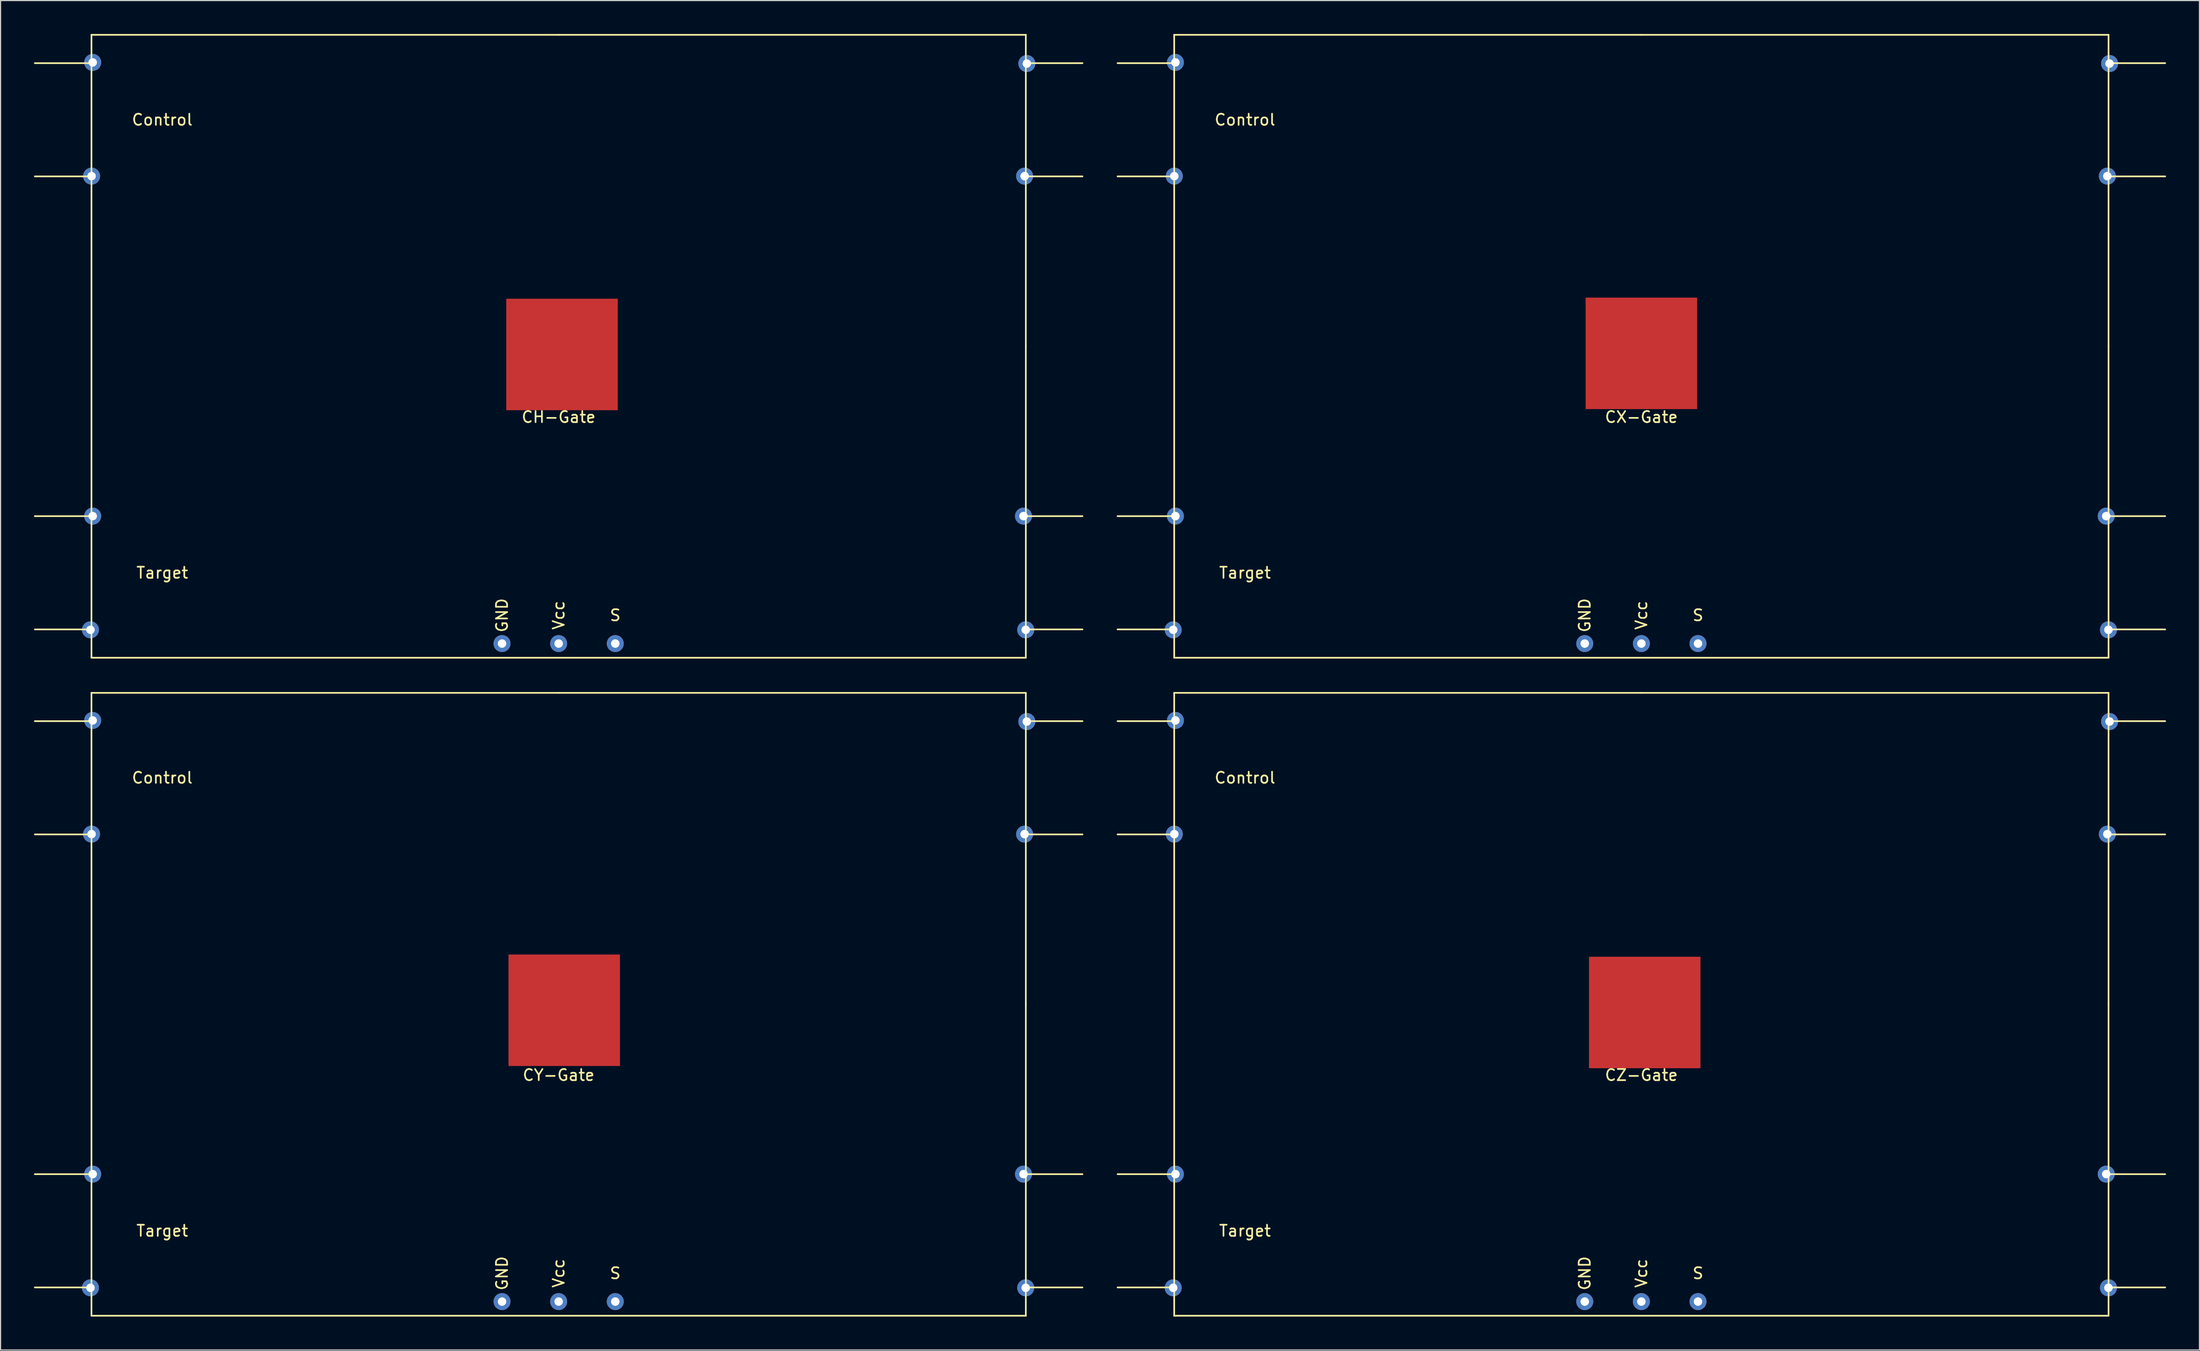
<source format=kicad_pcb>
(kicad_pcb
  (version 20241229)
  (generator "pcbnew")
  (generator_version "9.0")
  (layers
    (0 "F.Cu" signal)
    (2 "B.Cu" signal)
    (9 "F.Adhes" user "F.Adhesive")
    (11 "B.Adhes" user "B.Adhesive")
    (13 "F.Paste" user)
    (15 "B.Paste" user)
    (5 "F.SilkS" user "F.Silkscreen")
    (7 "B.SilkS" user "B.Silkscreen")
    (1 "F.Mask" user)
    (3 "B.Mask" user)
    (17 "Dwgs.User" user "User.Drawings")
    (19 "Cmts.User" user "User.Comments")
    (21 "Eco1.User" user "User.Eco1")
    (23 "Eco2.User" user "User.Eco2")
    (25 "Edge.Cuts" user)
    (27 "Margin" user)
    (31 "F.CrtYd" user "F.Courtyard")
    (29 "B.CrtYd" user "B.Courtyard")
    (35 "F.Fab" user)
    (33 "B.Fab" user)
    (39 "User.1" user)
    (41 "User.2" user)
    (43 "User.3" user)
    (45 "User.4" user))
  (footprint "CH-Gate"
    (layer "F.Cu")
    (at 47.065 28.65)
    (property "Reference" "CH-Gate" (at 0 5.715 0) (layer "F.SilkS") (effects (font (size 1 1) (thickness 0.15))))
    (attr through_hole)
    (fp_line (start -46.99 -15.875) (end -41.91 -15.875) (stroke (width 0.15) (type solid)) (layer "F.SilkS"))
    (fp_line (start -41.91 -28.575) (end 0 -28.575) (stroke (width 0.15) (type solid)) (layer "F.SilkS"))
    (fp_line (start -41.91 -26.035) (end -46.99 -26.035) (stroke (width 0.15) (type solid)) (layer "F.SilkS"))
    (fp_line (start -41.91 14.605) (end -46.99 14.605) (stroke (width 0.15) (type solid)) (layer "F.SilkS"))
    (fp_line (start -41.91 24.765) (end -46.99 24.765) (stroke (width 0.15) (type solid)) (layer "F.SilkS"))
    (fp_line (start -41.91 27.305) (end -41.91 -28.575) (stroke (width 0.15) (type solid)) (layer "F.SilkS"))
    (fp_line (start 0 -28.575) (end 41.91 -28.575) (stroke (width 0.15) (type solid)) (layer "F.SilkS"))
    (fp_line (start 41.91 -28.575) (end 41.91 -0.635) (stroke (width 0.15) (type solid)) (layer "F.SilkS"))
    (fp_line (start 41.91 -26.035) (end 46.99 -26.035) (stroke (width 0.15) (type solid)) (layer "F.SilkS"))
    (fp_line (start 41.91 -15.875) (end 46.99 -15.875) (stroke (width 0.15) (type solid)) (layer "F.SilkS"))
    (fp_line (start 41.91 -0.635) (end 41.91 27.305) (stroke (width 0.15) (type solid)) (layer "F.SilkS"))
    (fp_line (start 41.91 14.605) (end 46.99 14.605) (stroke (width 0.15) (type solid)) (layer "F.SilkS"))
    (fp_line (start 41.91 24.765) (end 46.99 24.765) (stroke (width 0.15) (type solid)) (layer "F.SilkS"))
    (fp_line (start 41.91 27.305) (end -41.91 27.305) (stroke (width 0.15) (type solid)) (layer "F.SilkS"))
    (fp_text user "GND" (at -5.08 23.495 90) (layer "F.SilkS") (effects (font (size 1 1) (thickness 0.15))))
    (fp_text user "Control" (at -35.56 -20.955 0) (layer "F.SilkS") (effects (font (size 1 1) (thickness 0.15))))
    (fp_text user "Vcc" (at 0 23.495 90) (layer "F.SilkS") (effects (font (size 1 1) (thickness 0.15))))
    (fp_text user "Target" (at -35.56 19.685 0) (layer "F.SilkS") (effects (font (size 1 1) (thickness 0.15))))
    (fp_text user "S" (at 5.08 23.495 0) (layer "F.SilkS") (effects (font (size 1 1) (thickness 0.15))))
    (pad "1" thru_hole circle (at -41.8 -26.1) (size 1.524 1.524) (drill 0.762) (layers "*.Cu" "*.Mask"))
    (pad "2" thru_hole circle (at -41.9 -15.9) (size 1.524 1.524) (drill 0.762) (layers "*.Cu" "*.Mask"))
    (pad "3" thru_hole circle (at -41.8 14.6) (size 1.524 1.524) (drill 0.762) (layers "*.Cu" "*.Mask"))
    (pad "4" thru_hole circle (at -42 24.8) (size 1.524 1.524) (drill 0.762) (layers "*.Cu" "*.Mask"))
    (pad "5" thru_hole circle (at 42 -26) (size 1.524 1.524) (drill 0.762) (layers "*.Cu" "*.Mask"))
    (pad "6" thru_hole circle (at 41.8 -15.9) (size 1.524 1.524) (drill 0.762) (layers "*.Cu" "*.Mask"))
    (pad "7" thru_hole circle (at 41.7 14.6) (size 1.524 1.524) (drill 0.762) (layers "*.Cu" "*.Mask"))
    (pad "8" thru_hole circle (at 41.9 24.8) (size 1.524 1.524) (drill 0.762) (layers "*.Cu" "*.Mask"))
    (pad "9" thru_hole circle (at -5.08 26.035) (size 1.524 1.524) (drill 0.762) (layers "*.Cu" "*.Mask"))
    (pad "10" thru_hole circle (at 0 26.035) (size 1.524 1.524) (drill 0.762) (layers "*.Cu" "*.Mask"))
    (pad "11" thru_hole circle (at 5.08 26.035) (size 1.524 1.524) (drill 0.762) (layers "*.Cu" "*.Mask"))
    (pad "NC" connect rect (at 0.3 0.1) (size 10 10) (layers "F.Cu" "F.Mask")))
  (footprint "CY-Gate"
    (layer "F.Cu")
    (at 47.065 87.68)
    (property "Reference" "CY-Gate" (at 0 5.715 0) (layer "F.SilkS") (effects (font (size 1 1) (thickness 0.15))))
    (attr through_hole)
    (fp_line (start -46.99 -15.875) (end -41.91 -15.875) (stroke (width 0.15) (type solid)) (layer "F.SilkS"))
    (fp_line (start -41.91 -28.575) (end 0 -28.575) (stroke (width 0.15) (type solid)) (layer "F.SilkS"))
    (fp_line (start -41.91 -26.035) (end -46.99 -26.035) (stroke (width 0.15) (type solid)) (layer "F.SilkS"))
    (fp_line (start -41.91 14.605) (end -46.99 14.605) (stroke (width 0.15) (type solid)) (layer "F.SilkS"))
    (fp_line (start -41.91 24.765) (end -46.99 24.765) (stroke (width 0.15) (type solid)) (layer "F.SilkS"))
    (fp_line (start -41.91 27.305) (end -41.91 -28.575) (stroke (width 0.15) (type solid)) (layer "F.SilkS"))
    (fp_line (start 0 -28.575) (end 41.91 -28.575) (stroke (width 0.15) (type solid)) (layer "F.SilkS"))
    (fp_line (start 41.91 -28.575) (end 41.91 -0.635) (stroke (width 0.15) (type solid)) (layer "F.SilkS"))
    (fp_line (start 41.91 -26.035) (end 46.99 -26.035) (stroke (width 0.15) (type solid)) (layer "F.SilkS"))
    (fp_line (start 41.91 -15.875) (end 46.99 -15.875) (stroke (width 0.15) (type solid)) (layer "F.SilkS"))
    (fp_line (start 41.91 -0.635) (end 41.91 27.305) (stroke (width 0.15) (type solid)) (layer "F.SilkS"))
    (fp_line (start 41.91 14.605) (end 46.99 14.605) (stroke (width 0.15) (type solid)) (layer "F.SilkS"))
    (fp_line (start 41.91 24.765) (end 46.99 24.765) (stroke (width 0.15) (type solid)) (layer "F.SilkS"))
    (fp_line (start 41.91 27.305) (end -41.91 27.305) (stroke (width 0.15) (type solid)) (layer "F.SilkS"))
    (fp_text user "Vcc" (at 0 23.495 90) (layer "F.SilkS") (effects (font (size 1 1) (thickness 0.15))))
    (fp_text user "Control" (at -35.56 -20.955 0) (layer "F.SilkS") (effects (font (size 1 1) (thickness 0.15))))
    (fp_text user "S" (at 5.08 23.495 0) (layer "F.SilkS") (effects (font (size 1 1) (thickness 0.15))))
    (fp_text user "Target" (at -35.56 19.685 0) (layer "F.SilkS") (effects (font (size 1 1) (thickness 0.15))))
    (fp_text user "GND" (at -5.08 23.495 90) (layer "F.SilkS") (effects (font (size 1 1) (thickness 0.15))))
    (pad "1" thru_hole circle (at -41.8 -26.1) (size 1.524 1.524) (drill 0.762) (layers "*.Cu" "*.Mask"))
    (pad "2" thru_hole circle (at -41.9 -15.9) (size 1.524 1.524) (drill 0.762) (layers "*.Cu" "*.Mask"))
    (pad "3" thru_hole circle (at -41.8 14.6) (size 1.524 1.524) (drill 0.762) (layers "*.Cu" "*.Mask"))
    (pad "4" thru_hole circle (at -42 24.8) (size 1.524 1.524) (drill 0.762) (layers "*.Cu" "*.Mask"))
    (pad "5" thru_hole circle (at 42 -26) (size 1.524 1.524) (drill 0.762) (layers "*.Cu" "*.Mask"))
    (pad "6" thru_hole circle (at 41.8 -15.9) (size 1.524 1.524) (drill 0.762) (layers "*.Cu" "*.Mask"))
    (pad "7" thru_hole circle (at 41.7 14.6) (size 1.524 1.524) (drill 0.762) (layers "*.Cu" "*.Mask"))
    (pad "8" thru_hole circle (at 41.9 24.8) (size 1.524 1.524) (drill 0.762) (layers "*.Cu" "*.Mask"))
    (pad "9" thru_hole circle (at -5.08 26.035) (size 1.524 1.524) (drill 0.762) (layers "*.Cu" "*.Mask"))
    (pad "10" thru_hole circle (at 0 26.035) (size 1.524 1.524) (drill 0.762) (layers "*.Cu" "*.Mask"))
    (pad "11" thru_hole circle (at 5.08 26.035) (size 1.524 1.524) (drill 0.762) (layers "*.Cu" "*.Mask"))
    (pad "NC" connect rect (at 0.5 -0.1) (size 10 10) (layers "F.Cu" "F.Mask")))
  (footprint "CX-Gate"
    (layer "F.Cu")
    (at 144.195 28.65)
    (property "Reference" "CX-Gate" (at 0 5.715 0) (layer "F.SilkS") (effects (font (size 1 1) (thickness 0.15))))
    (attr through_hole)
    (fp_line (start -46.99 -15.875) (end -41.91 -15.875) (stroke (width 0.15) (type solid)) (layer "F.SilkS"))
    (fp_line (start -41.91 -28.575) (end 0 -28.575) (stroke (width 0.15) (type solid)) (layer "F.SilkS"))
    (fp_line (start -41.91 -26.035) (end -46.99 -26.035) (stroke (width 0.15) (type solid)) (layer "F.SilkS"))
    (fp_line (start -41.91 14.605) (end -46.99 14.605) (stroke (width 0.15) (type solid)) (layer "F.SilkS"))
    (fp_line (start -41.91 24.765) (end -46.99 24.765) (stroke (width 0.15) (type solid)) (layer "F.SilkS"))
    (fp_line (start -41.91 27.305) (end -41.91 -28.575) (stroke (width 0.15) (type solid)) (layer "F.SilkS"))
    (fp_line (start 0 -28.575) (end 41.91 -28.575) (stroke (width 0.15) (type solid)) (layer "F.SilkS"))
    (fp_line (start 41.91 -28.575) (end 41.91 -0.635) (stroke (width 0.15) (type solid)) (layer "F.SilkS"))
    (fp_line (start 41.91 -26.035) (end 46.99 -26.035) (stroke (width 0.15) (type solid)) (layer "F.SilkS"))
    (fp_line (start 41.91 -15.875) (end 46.99 -15.875) (stroke (width 0.15) (type solid)) (layer "F.SilkS"))
    (fp_line (start 41.91 -0.635) (end 41.91 27.305) (stroke (width 0.15) (type solid)) (layer "F.SilkS"))
    (fp_line (start 41.91 14.605) (end 46.99 14.605) (stroke (width 0.15) (type solid)) (layer "F.SilkS"))
    (fp_line (start 41.91 24.765) (end 46.99 24.765) (stroke (width 0.15) (type solid)) (layer "F.SilkS"))
    (fp_line (start 41.91 27.305) (end -41.91 27.305) (stroke (width 0.15) (type solid)) (layer "F.SilkS"))
    (fp_text user "Target" (at -35.56 19.685 0) (layer "F.SilkS") (effects (font (size 1 1) (thickness 0.15))))
    (fp_text user "GND" (at -5.08 23.495 90) (layer "F.SilkS") (effects (font (size 1 1) (thickness 0.15))))
    (fp_text user "Control" (at -35.56 -20.955 0) (layer "F.SilkS") (effects (font (size 1 1) (thickness 0.15))))
    (fp_text user "Vcc" (at 0 23.495 90) (layer "F.SilkS") (effects (font (size 1 1) (thickness 0.15))))
    (fp_text user "S" (at 5.08 23.495 0) (layer "F.SilkS") (effects (font (size 1 1) (thickness 0.15))))
    (pad "1" thru_hole circle (at -41.8 -26.1) (size 1.524 1.524) (drill 0.762) (layers "*.Cu" "*.Mask"))
    (pad "2" thru_hole circle (at -41.9 -15.9) (size 1.524 1.524) (drill 0.762) (layers "*.Cu" "*.Mask"))
    (pad "3" thru_hole circle (at -41.8 14.6) (size 1.524 1.524) (drill 0.762) (layers "*.Cu" "*.Mask"))
    (pad "4" thru_hole circle (at -42 24.8) (size 1.524 1.524) (drill 0.762) (layers "*.Cu" "*.Mask"))
    (pad "5" thru_hole circle (at 42 -26) (size 1.524 1.524) (drill 0.762) (layers "*.Cu" "*.Mask"))
    (pad "6" thru_hole circle (at 41.8 -15.9) (size 1.524 1.524) (drill 0.762) (layers "*.Cu" "*.Mask"))
    (pad "7" thru_hole circle (at 41.7 14.6) (size 1.524 1.524) (drill 0.762) (layers "*.Cu" "*.Mask"))
    (pad "8" thru_hole circle (at 41.9 24.8) (size 1.524 1.524) (drill 0.762) (layers "*.Cu" "*.Mask"))
    (pad "9" thru_hole circle (at -5.08 26.035) (size 1.524 1.524) (drill 0.762) (layers "*.Cu" "*.Mask"))
    (pad "10" thru_hole circle (at 0 26.035) (size 1.524 1.524) (drill 0.762) (layers "*.Cu" "*.Mask"))
    (pad "11" thru_hole circle (at 5.08 26.035) (size 1.524 1.524) (drill 0.762) (layers "*.Cu" "*.Mask"))
    (pad "NC" connect rect (at 0 0) (size 10 10) (layers "F.Cu" "F.Mask")))
  (footprint "CZ-Gate"
    (layer "F.Cu")
    (at 144.195 87.68)
    (property "Reference" "CZ-Gate" (at 0 5.715 0) (layer "F.SilkS") (effects (font (size 1 1) (thickness 0.15))))
    (attr through_hole)
    (fp_line (start -46.99 -15.875) (end -41.91 -15.875) (stroke (width 0.15) (type solid)) (layer "F.SilkS"))
    (fp_line (start -41.91 -28.575) (end 0 -28.575) (stroke (width 0.15) (type solid)) (layer "F.SilkS"))
    (fp_line (start -41.91 -26.035) (end -46.99 -26.035) (stroke (width 0.15) (type solid)) (layer "F.SilkS"))
    (fp_line (start -41.91 14.605) (end -46.99 14.605) (stroke (width 0.15) (type solid)) (layer "F.SilkS"))
    (fp_line (start -41.91 24.765) (end -46.99 24.765) (stroke (width 0.15) (type solid)) (layer "F.SilkS"))
    (fp_line (start -41.91 27.305) (end -41.91 -28.575) (stroke (width 0.15) (type solid)) (layer "F.SilkS"))
    (fp_line (start 0 -28.575) (end 41.91 -28.575) (stroke (width 0.15) (type solid)) (layer "F.SilkS"))
    (fp_line (start 41.91 -28.575) (end 41.91 -0.635) (stroke (width 0.15) (type solid)) (layer "F.SilkS"))
    (fp_line (start 41.91 -26.035) (end 46.99 -26.035) (stroke (width 0.15) (type solid)) (layer "F.SilkS"))
    (fp_line (start 41.91 -15.875) (end 46.99 -15.875) (stroke (width 0.15) (type solid)) (layer "F.SilkS"))
    (fp_line (start 41.91 -0.635) (end 41.91 27.305) (stroke (width 0.15) (type solid)) (layer "F.SilkS"))
    (fp_line (start 41.91 14.605) (end 46.99 14.605) (stroke (width 0.15) (type solid)) (layer "F.SilkS"))
    (fp_line (start 41.91 24.765) (end 46.99 24.765) (stroke (width 0.15) (type solid)) (layer "F.SilkS"))
    (fp_line (start 41.91 27.305) (end -41.91 27.305) (stroke (width 0.15) (type solid)) (layer "F.SilkS"))
    (fp_text user "Target" (at -35.56 19.685 0) (layer "F.SilkS") (effects (font (size 1 1) (thickness 0.15))))
    (fp_text user "GND" (at -5.08 23.495 90) (layer "F.SilkS") (effects (font (size 1 1) (thickness 0.15))))
    (fp_text user "S" (at 5.08 23.495 0) (layer "F.SilkS") (effects (font (size 1 1) (thickness 0.15))))
    (fp_text user "Vcc" (at 0 23.495 90) (layer "F.SilkS") (effects (font (size 1 1) (thickness 0.15))))
    (fp_text user "Control" (at -35.56 -20.955 0) (layer "F.SilkS") (effects (font (size 1 1) (thickness 0.15))))
    (pad "1" thru_hole circle (at -41.8 -26.1) (size 1.524 1.524) (drill 0.762) (layers "*.Cu" "*.Mask"))
    (pad "2" thru_hole circle (at -41.9 -15.9) (size 1.524 1.524) (drill 0.762) (layers "*.Cu" "*.Mask"))
    (pad "3" thru_hole circle (at -41.8 14.6) (size 1.524 1.524) (drill 0.762) (layers "*.Cu" "*.Mask"))
    (pad "4" thru_hole circle (at -42 24.8) (size 1.524 1.524) (drill 0.762) (layers "*.Cu" "*.Mask"))
    (pad "5" thru_hole circle (at 42 -26) (size 1.524 1.524) (drill 0.762) (layers "*.Cu" "*.Mask"))
    (pad "6" thru_hole circle (at 41.8 -15.9) (size 1.524 1.524) (drill 0.762) (layers "*.Cu" "*.Mask"))
    (pad "7" thru_hole circle (at 41.7 14.6) (size 1.524 1.524) (drill 0.762) (layers "*.Cu" "*.Mask"))
    (pad "8" thru_hole circle (at 41.9 24.8) (size 1.524 1.524) (drill 0.762) (layers "*.Cu" "*.Mask"))
    (pad "9" thru_hole circle (at -5.08 26.035) (size 1.524 1.524) (drill 0.762) (layers "*.Cu" "*.Mask"))
    (pad "10" thru_hole circle (at 0 26.035) (size 1.524 1.524) (drill 0.762) (layers "*.Cu" "*.Mask"))
    (pad "11" thru_hole circle (at 5.08 26.035) (size 1.524 1.524) (drill 0.762) (layers "*.Cu" "*.Mask"))
    (pad "NC" connect rect (at 0.3 0.1) (size 10 10) (layers "F.Cu" "F.Mask")))
  (gr_rect
    (start -3 -3)
    (end 194.26 118.06)
    (stroke (width 0.1) (type default))
    (fill no)
    (layer "Edge.Cuts")))
</source>
